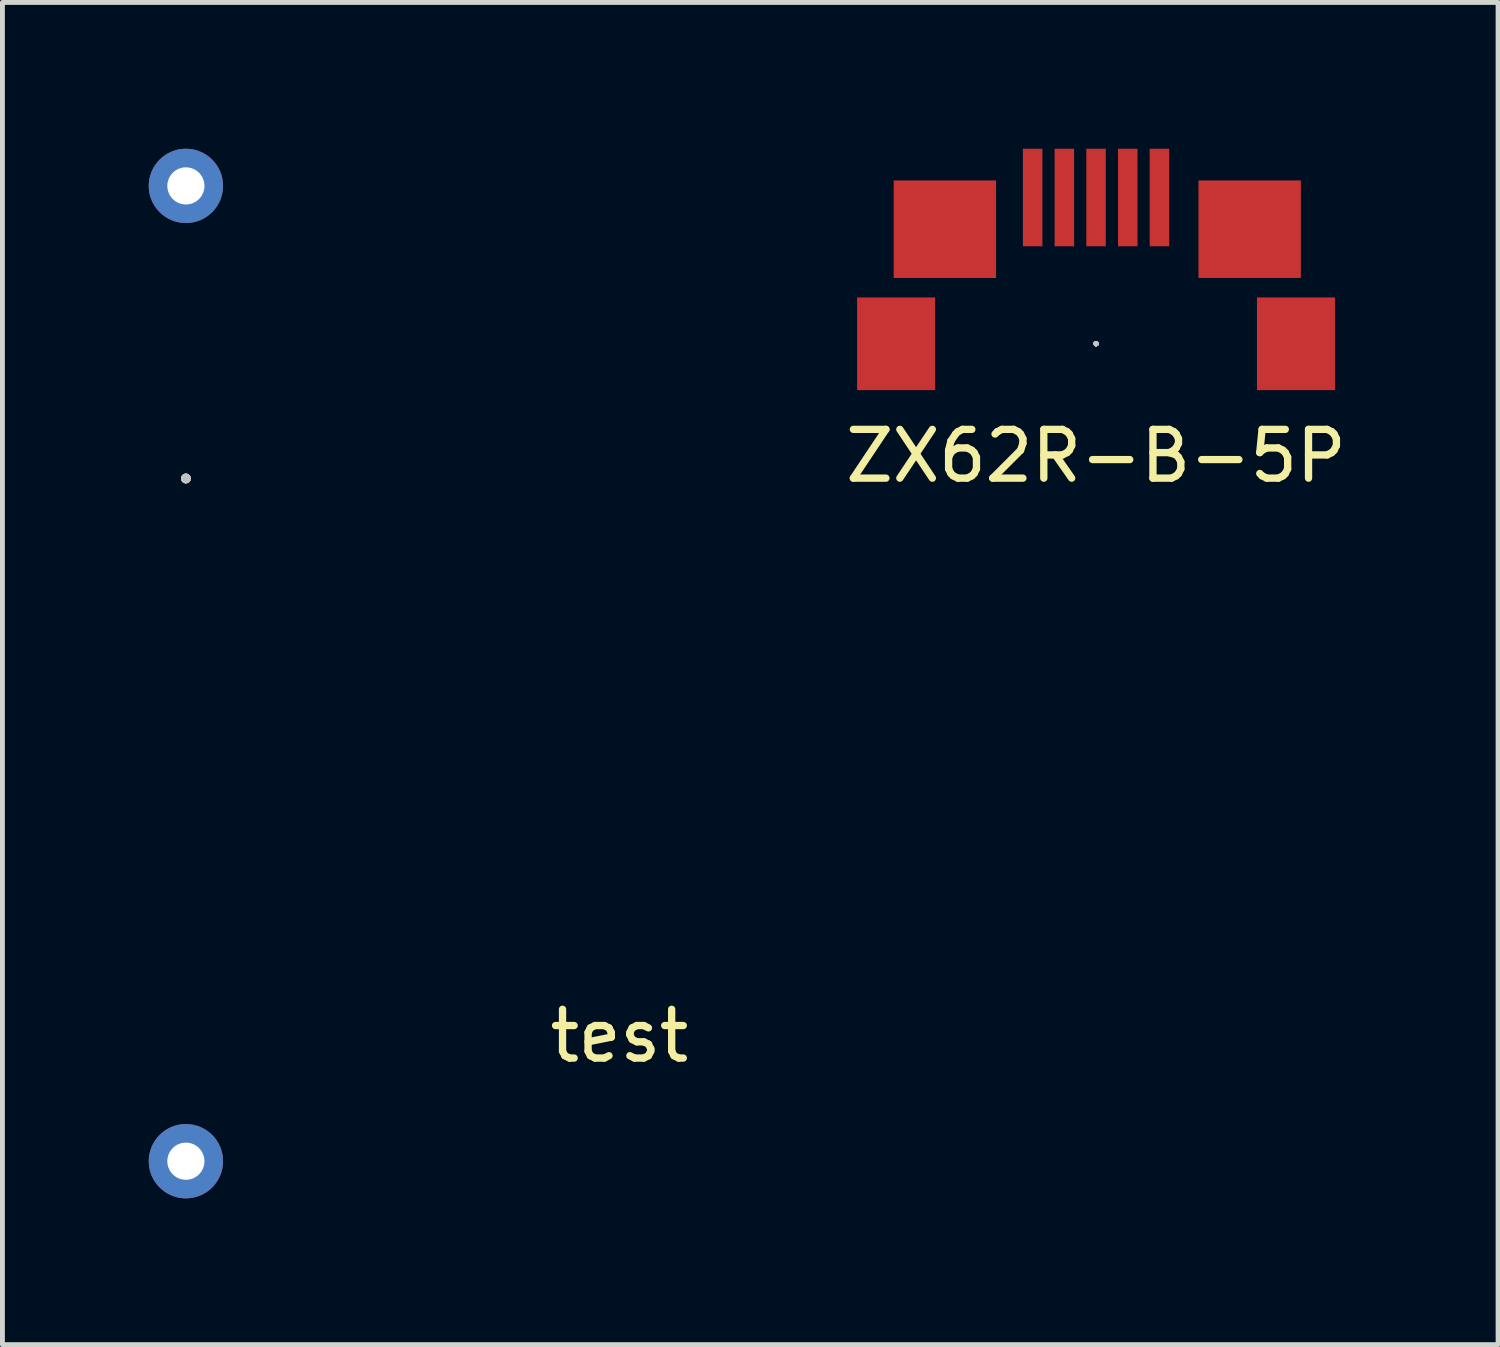
<source format=kicad_pcb>
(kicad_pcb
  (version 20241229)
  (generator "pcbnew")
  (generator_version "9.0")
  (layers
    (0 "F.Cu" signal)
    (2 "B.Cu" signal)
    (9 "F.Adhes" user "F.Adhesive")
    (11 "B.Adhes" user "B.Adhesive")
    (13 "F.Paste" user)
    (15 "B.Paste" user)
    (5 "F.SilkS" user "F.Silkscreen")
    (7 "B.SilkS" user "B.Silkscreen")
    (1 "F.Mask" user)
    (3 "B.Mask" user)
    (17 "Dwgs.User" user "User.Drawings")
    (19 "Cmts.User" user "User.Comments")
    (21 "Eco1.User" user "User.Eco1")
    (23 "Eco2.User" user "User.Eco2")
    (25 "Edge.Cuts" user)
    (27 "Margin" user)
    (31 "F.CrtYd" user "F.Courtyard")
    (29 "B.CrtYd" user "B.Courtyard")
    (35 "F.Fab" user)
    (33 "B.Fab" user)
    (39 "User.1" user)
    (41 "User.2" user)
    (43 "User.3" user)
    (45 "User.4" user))
  (footprint "ZX62R-B-5P"
    (layer "F.Cu")
    (at 19.426 4)
    (property "Reference" "ZX62R-B-5P" (at 0 2.3 0) (layer "F.SilkS") (effects (font (size 1 1) (thickness 0.15))))
    (attr through_hole)
    (fp_line (start 0 0) (end 0 0) (stroke (width 0.1) (type solid)) (layer "Dwgs.User"))
    (fp_line (start 0 0) (end 0 0) (stroke (width 0.1) (type solid)) (layer "Dwgs.User"))
    (fp_line (start 0 0) (end 0 0) (stroke (width 0.1) (type solid)) (layer "Dwgs.User"))
    (fp_line (start 0 0) (end 0 0) (stroke (width 0.1) (type solid)) (layer "Dwgs.User"))
    (fp_line (start 0 0) (end 0 0) (stroke (width 0.1) (type solid)) (layer "Dwgs.User"))
    (fp_line (start 0 0) (end 0 0) (stroke (width 0.1) (type solid)) (layer "Dwgs.User"))
    (fp_line (start 0 0) (end 0 0) (stroke (width 0.1) (type solid)) (layer "Dwgs.User"))
    (fp_line (start 0 0) (end 0 0) (stroke (width 0.1) (type solid)) (layer "Dwgs.User"))
    (fp_line (start 0 0) (end 0 0) (stroke (width 0.1) (type solid)) (layer "Dwgs.User"))
    (fp_line (start 0 0) (end 0 0) (stroke (width 0.1) (type solid)) (layer "Dwgs.User"))
    (fp_line (start 0 0) (end 0 0) (stroke (width 0.1) (type solid)) (layer "Dwgs.User"))
    (fp_line (start 0 0) (end 0 0) (stroke (width 0.1) (type solid)) (layer "Dwgs.User"))
    (fp_line (start 0 0) (end 0 0) (stroke (width 0.1) (type solid)) (layer "Dwgs.User"))
    (fp_line (start 0 0) (end 0 0) (stroke (width 0.1) (type solid)) (layer "Dwgs.User"))
    (fp_line (start 0 0) (end 0 0) (stroke (width 0.1) (type solid)) (layer "Dwgs.User"))
    (fp_line (start 0 0) (end 0 0) (stroke (width 0.1) (type solid)) (layer "Dwgs.User"))
    (fp_line (start 0 0) (end 0 0) (stroke (width 0.1) (type solid)) (layer "Dwgs.User"))
    (fp_line (start 0 0) (end 0 0) (stroke (width 0.1) (type solid)) (layer "Dwgs.User"))
    (fp_line (start 0 0) (end 0 0) (stroke (width 0.1) (type solid)) (layer "Dwgs.User"))
    (fp_line (start 0 0) (end 0 0) (stroke (width 0.1) (type solid)) (layer "Dwgs.User"))
    (fp_line (start 0 0) (end 0 0) (stroke (width 0.1) (type solid)) (layer "Dwgs.User"))
    (fp_line (start 0 0) (end 0 0) (stroke (width 0.1) (type solid)) (layer "Dwgs.User"))
    (fp_line (start 0 0) (end 0 0) (stroke (width 0.1) (type solid)) (layer "Dwgs.User"))
    (fp_line (start 0 0) (end 0 0) (stroke (width 0.1) (type solid)) (layer "Dwgs.User"))
    (fp_line (start 0 0) (end 0 0) (stroke (width 0.1) (type solid)) (layer "Dwgs.User"))
    (fp_line (start 0 0) (end 0 0) (stroke (width 0.1) (type solid)) (layer "Dwgs.User"))
    (fp_line (start 0 0) (end 0 0) (stroke (width 0.1) (type solid)) (layer "Dwgs.User"))
    (fp_line (start 0 0) (end 0 0) (stroke (width 0.1) (type solid)) (layer "Dwgs.User"))
    (fp_line (start 0 0) (end 0 0) (stroke (width 0.1) (type solid)) (layer "Dwgs.User"))
    (fp_line (start 0 0) (end 0 0) (stroke (width 0.1) (type solid)) (layer "Dwgs.User"))
    (fp_line (start 0 0) (end 0 0) (stroke (width 0.1) (type solid)) (layer "Dwgs.User"))
    (fp_line (start 0 0) (end 0 0) (stroke (width 0.1) (type solid)) (layer "Dwgs.User"))
    (fp_line (start 0 0) (end 0 0) (stroke (width 0.1) (type solid)) (layer "Dwgs.User"))
    (fp_line (start 0 0) (end 0 0) (stroke (width 0.1) (type solid)) (layer "Dwgs.User"))
    (fp_line (start 0 0) (end 0 0) (stroke (width 0.1) (type solid)) (layer "Dwgs.User"))
    (fp_line (start 0 0) (end 0 0) (stroke (width 0.1) (type solid)) (layer "Dwgs.User"))
    (fp_line (start 0 0) (end 0 0) (stroke (width 0.1) (type solid)) (layer "Dwgs.User"))
    (fp_line (start 0 0) (end 0 0) (stroke (width 0.1) (type solid)) (layer "Dwgs.User"))
    (fp_line (start 0 0) (end 0 0) (stroke (width 0.1) (type solid)) (layer "Dwgs.User"))
    (fp_line (start 0 0) (end 0 0) (stroke (width 0.1) (type solid)) (layer "Dwgs.User"))
    (fp_line (start 0 0) (end 0 0) (stroke (width 0.1) (type solid)) (layer "Dwgs.User"))
    (fp_line (start 0 0) (end 0 0) (stroke (width 0.1) (type solid)) (layer "Dwgs.User"))
    (fp_line (start 0 0) (end 0 0) (stroke (width 0.1) (type solid)) (layer "Dwgs.User"))
    (fp_line (start 0 0) (end 0 0) (stroke (width 0.1) (type solid)) (layer "Dwgs.User"))
    (fp_line (start 0 0) (end 0 0) (stroke (width 0.1) (type solid)) (layer "Dwgs.User"))
    (fp_line (start 0 0) (end 0 0) (stroke (width 0.1) (type solid)) (layer "Dwgs.User"))
    (fp_line (start 0 0) (end 0 0) (stroke (width 0.1) (type solid)) (layer "Dwgs.User"))
    (fp_line (start 0 0) (end 0 0) (stroke (width 0.1) (type solid)) (layer "Dwgs.User"))
    (fp_line (start 0 0) (end 0 0) (stroke (width 0.1) (type solid)) (layer "Dwgs.User"))
    (fp_line (start 0 0) (end 0 0) (stroke (width 0.1) (type solid)) (layer "Dwgs.User"))
    (fp_line (start 0 0) (end 0 0) (stroke (width 0.1) (type solid)) (layer "Dwgs.User"))
    (fp_line (start 0 0) (end 0 0) (stroke (width 0.1) (type solid)) (layer "Dwgs.User"))
    (fp_line (start 0 0) (end 0 0) (stroke (width 0.1) (type solid)) (layer "Dwgs.User"))
    (fp_line (start 0 0) (end 0 0) (stroke (width 0.1) (type solid)) (layer "Dwgs.User"))
    (fp_line (start 0 0) (end 0 0) (stroke (width 0.1) (type solid)) (layer "Dwgs.User"))
    (fp_line (start 0 0) (end 0 0) (stroke (width 0.1) (type solid)) (layer "Dwgs.User"))
    (fp_line (start 0 0) (end 0 0) (stroke (width 0.1) (type solid)) (layer "Dwgs.User"))
    (fp_line (start 0 0) (end 0 0) (stroke (width 0.1) (type solid)) (layer "Dwgs.User"))
    (fp_line (start 0 0) (end 0 0) (stroke (width 0.1) (type solid)) (layer "Dwgs.User"))
    (fp_line (start 0 0) (end 0 0) (stroke (width 0.1) (type solid)) (layer "Dwgs.User"))
    (fp_line (start 0 0) (end 0 0) (stroke (width 0.1) (type solid)) (layer "Dwgs.User"))
    (fp_line (start 0 0) (end 0 0) (stroke (width 0.1) (type solid)) (layer "Dwgs.User"))
    (fp_line (start 0 0) (end 0 0) (stroke (width 0.1) (type solid)) (layer "Dwgs.User"))
    (fp_line (start 0 0) (end 0 0) (stroke (width 0.1) (type solid)) (layer "Dwgs.User"))
    (fp_line (start 0 0) (end 0 0) (stroke (width 0.1) (type solid)) (layer "Dwgs.User"))
    (fp_line (start 0 0) (end 0 0) (stroke (width 0.1) (type solid)) (layer "Dwgs.User"))
    (fp_line (start 0 0) (end 0 0) (stroke (width 0.1) (type solid)) (layer "Dwgs.User"))
    (fp_line (start 0 0) (end 0 0) (stroke (width 0.1) (type solid)) (layer "Dwgs.User"))
    (fp_line (start 0 0) (end 0 0) (stroke (width 0.1) (type solid)) (layer "Dwgs.User"))
    (fp_line (start 0 0) (end 0 0) (stroke (width 0.1) (type solid)) (layer "Dwgs.User"))
    (fp_line (start 0 0) (end 0 0) (stroke (width 0.1) (type solid)) (layer "Dwgs.User"))
    (fp_line (start 0 0) (end 0 0) (stroke (width 0.1) (type solid)) (layer "Dwgs.User"))
    (fp_line (start 0 0) (end 0 0) (stroke (width 0.1) (type solid)) (layer "Dwgs.User"))
    (fp_line (start 0 0) (end 0 0) (stroke (width 0.1) (type solid)) (layer "Dwgs.User"))
    (fp_line (start 0 0) (end 0 0) (stroke (width 0.1) (type solid)) (layer "Dwgs.User"))
    (fp_line (start 0 0) (end 0 0) (stroke (width 0.1) (type solid)) (layer "Dwgs.User"))
    (fp_line (start 0 0) (end 0 0) (stroke (width 0.1) (type solid)) (layer "Dwgs.User"))
    (fp_line (start 0 0) (end 0 0) (stroke (width 0.1) (type solid)) (layer "Dwgs.User"))
    (fp_line (start 0 0) (end 0 0) (stroke (width 0.1) (type solid)) (layer "Dwgs.User"))
    (fp_line (start 0 0) (end 0 0) (stroke (width 0.1) (type solid)) (layer "Dwgs.User"))
    (fp_line (start 0 0) (end 0 0) (stroke (width 0.1) (type solid)) (layer "Dwgs.User"))
    (fp_line (start 0 0) (end 0 0) (stroke (width 0.1) (type solid)) (layer "Dwgs.User"))
    (fp_line (start 0 0) (end 0 0) (stroke (width 0.1) (type solid)) (layer "Dwgs.User"))
    (fp_line (start 0 0) (end 0 0) (stroke (width 0.1) (type solid)) (layer "Dwgs.User"))
    (fp_line (start 0 0) (end 0 0) (stroke (width 0.1) (type solid)) (layer "Dwgs.User"))
    (fp_line (start 0 0) (end 0 0) (stroke (width 0.1) (type solid)) (layer "Dwgs.User"))
    (fp_line (start 0 0) (end 0 0) (stroke (width 0.1) (type solid)) (layer "Dwgs.User"))
    (fp_line (start 0 0) (end 0 0) (stroke (width 0.1) (type solid)) (layer "Dwgs.User"))
    (fp_line (start 0 0) (end 0 0) (stroke (width 0.1) (type solid)) (layer "Dwgs.User"))
    (fp_line (start 0 0) (end 0 0) (stroke (width 0.1) (type solid)) (layer "Dwgs.User"))
    (fp_line (start 0 0) (end 0 0) (stroke (width 0.1) (type solid)) (layer "Dwgs.User"))
    (fp_line (start 0 0) (end 0 0) (stroke (width 0.1) (type solid)) (layer "Dwgs.User"))
    (fp_line (start 0 0) (end 0 0) (stroke (width 0.1) (type solid)) (layer "Dwgs.User"))
    (fp_line (start 0 0) (end 0 0) (stroke (width 0.1) (type solid)) (layer "Dwgs.User"))
    (fp_line (start 0 0) (end 0 0) (stroke (width 0.1) (type solid)) (layer "Dwgs.User"))
    (fp_line (start 0 0) (end 0 0) (stroke (width 0.1) (type solid)) (layer "Dwgs.User"))
    (fp_line (start 0 0) (end 0 0) (stroke (width 0.1) (type solid)) (layer "Dwgs.User"))
    (fp_line (start 0 0) (end 0 0) (stroke (width 0.1) (type solid)) (layer "Dwgs.User"))
    (fp_line (start 0 0) (end 0 0) (stroke (width 0.1) (type solid)) (layer "Dwgs.User"))
    (fp_line (start 0 0) (end 0 0) (stroke (width 0.1) (type solid)) (layer "Dwgs.User"))
    (fp_line (start 0 0) (end 0 0) (stroke (width 0.1) (type solid)) (layer "Dwgs.User"))
    (fp_line (start 0 0) (end 0 0) (stroke (width 0.1) (type solid)) (layer "Dwgs.User"))
    (fp_line (start 0 0) (end 0 0) (stroke (width 0.1) (type solid)) (layer "Dwgs.User"))
    (fp_line (start 0 0) (end 0 0) (stroke (width 0.1) (type solid)) (layer "Dwgs.User"))
    (fp_line (start 0 0) (end 0 0) (stroke (width 0.1) (type solid)) (layer "Dwgs.User"))
    (fp_line (start 0 0) (end 0 0) (stroke (width 0.1) (type solid)) (layer "Dwgs.User"))
    (fp_line (start 0 0) (end 0 0) (stroke (width 0.1) (type solid)) (layer "Dwgs.User"))
    (fp_line (start 0 0) (end 0 0) (stroke (width 0.1) (type solid)) (layer "Dwgs.User"))
    (pad "1" smd rect (at 1.3 -3) (size 0.4 2) (layers "F.Cu" "F.Mask" "F.Paste"))
    (pad "2" smd rect (at 0.65 -3) (size 0.4 2) (layers "F.Cu" "F.Mask" "F.Paste"))
    (pad "3" smd rect (at 0 -3) (size 0.4 2) (layers "F.Cu" "F.Mask" "F.Paste"))
    (pad "4" smd rect (at -0.65 -3) (size 0.4 2) (layers "F.Cu" "F.Mask" "F.Paste"))
    (pad "5" smd rect (at -1.3 -3) (size 0.4 2) (layers "F.Cu" "F.Mask" "F.Paste"))
    (pad "6" smd rect (at -4.1 0) (size 1.6 1.9) (layers "F.Cu" "F.Mask" "F.Paste"))
    (pad "6" smd rect (at -3.1 -2.35) (size 2.1 2) (layers "F.Cu" "F.Mask" "F.Paste"))
    (pad "6" smd rect (at 3.15 -2.35) (size 2.1 2) (layers "F.Cu" "F.Mask" "F.Paste"))
    (pad "6" smd rect (at 4.1 0) (size 1.6 1.9) (layers "F.Cu" "F.Mask" "F.Paste")))
  (footprint "test"
    (layer "F.Cu")
    (at 0.762 6.762)
    (property "Reference" "test" (at 8.89 11.43 0) (layer "F.SilkS") (effects (font (size 1 1) (thickness 0.15))))
    (attr through_hole)
    (fp_line (start 0 0) (end 0 0) (stroke (width 0.1) (type solid)) (layer "Dwgs.User"))
    (fp_line (start 0 0) (end 0 0) (stroke (width 0.1) (type solid)) (layer "Dwgs.User"))
    (fp_line (start 0 0) (end 0 0) (stroke (width 0.1) (type solid)) (layer "Dwgs.User"))
    (fp_line (start 0 0) (end 0 0) (stroke (width 0.1) (type solid)) (layer "Dwgs.User"))
    (fp_circle (center 0 0) (end 0 0) (stroke (width 0.1) (type solid)) (fill no) (layer "Dwgs.User"))
    (fp_circle (center 0 0) (end 0 0) (stroke (width 0.1) (type solid)) (fill no) (layer "Dwgs.User"))
    (fp_circle (center 0 0) (end 0 0) (stroke (width 0.1) (type solid)) (fill no) (layer "Dwgs.User"))
    (fp_circle (center 0 0) (end 0 0) (stroke (width 0.1) (type solid)) (fill no) (layer "Dwgs.User"))
    (fp_circle (center 0 0) (end 0 0) (stroke (width 0.1) (type solid)) (fill no) (layer "Dwgs.User"))
    (fp_circle (center 0 0) (end 0 0) (stroke (width 0.1) (type solid)) (fill no) (layer "Dwgs.User"))
    (pad "2" thru_hole circle (at 0 14) (size 1.524 1.524) (drill 0.762) (layers "*.Cu" "*.Mask"))
    (pad "3" thru_hole circle (at 0 -6) (size 1.524 1.524) (drill 0.762) (layers "*.Cu" "*.Mask")))
  (gr_rect
    (start -3 -3)
    (end 27.67 24.524)
    (stroke (width 0.1) (type default))
    (fill no)
    (layer "Edge.Cuts")))
</source>
